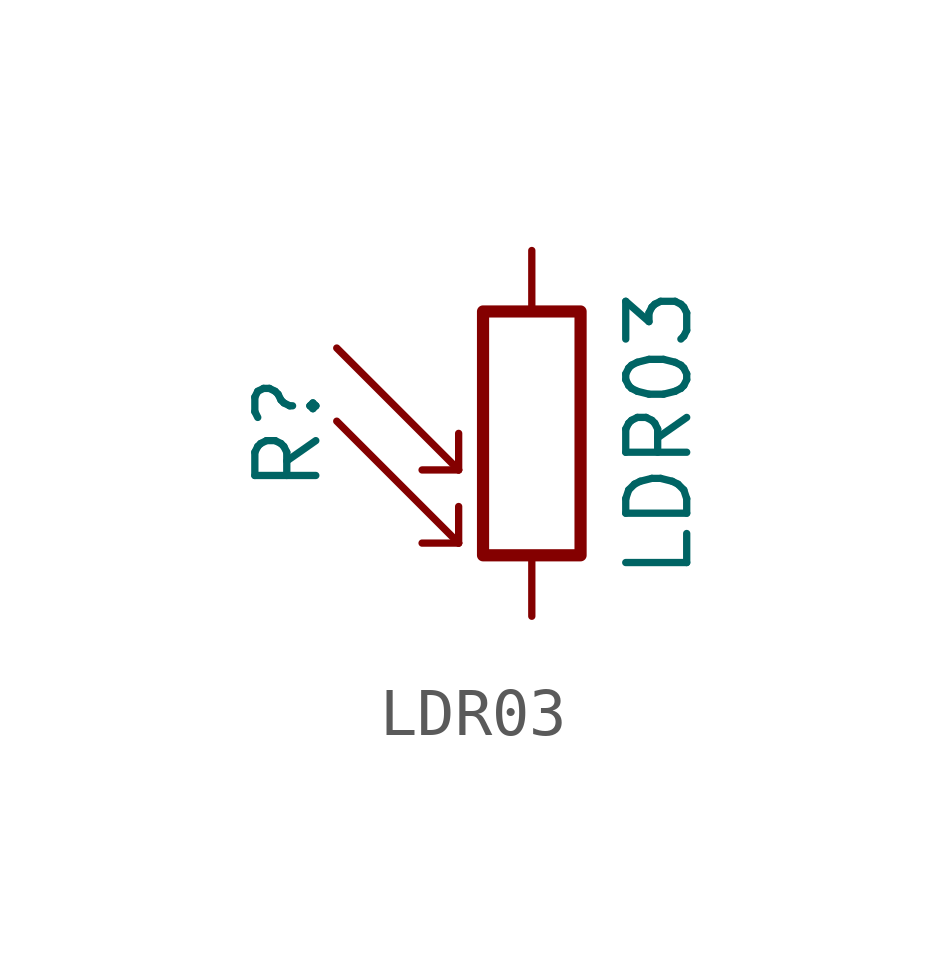
<source format=kicad_sym>
(kicad_symbol_lib
  (version 20201005)
  (generator kicad_symbol_editor)
  (symbol "LDR03"
    (pin_numbers hide)
    (pin_names
      (offset 0))
    (property "Reference" "R"
      (at -5.08 0 90)
      (effects (font (size 1.27 1.27))))
    (property "Value" "LDR03"
      (at 1.905 0 90)
      (effects (font (size 1.27 1.27)) (justify top)))
    (symbol "LDR03_0_1"
      (rectangle (start -1.016 2.54) (end 1.016 -2.54) (stroke (width 0.254)) (fill (type none)))
      (polyline (pts (xy -1.524 -2.286) (xy -4.064 0.254)) (stroke (width 0)) (fill (type none)))
      (polyline (pts (xy -1.524 -2.286) (xy -2.286 -2.286)) (stroke (width 0)) (fill (type none)))
      (polyline (pts (xy -1.524 -2.286) (xy -1.524 -1.524)) (stroke (width 0)) (fill (type none)))
      (polyline (pts (xy -1.524 -0.762) (xy -4.064 1.778)) (stroke (width 0)) (fill (type none)))
      (polyline (pts (xy -1.524 -0.762) (xy -2.286 -0.762)) (stroke (width 0)) (fill (type none)))
      (polyline (pts (xy -1.524 -0.762) (xy -1.524 0)) (stroke (width 0)) (fill (type none))))
    (symbol "LDR03_1_1"
      (pin passive line (at 0 3.81 270) (length 1.27) (name "~" (effects (font (size 1.27 1.27)))) (number "1" (effects (font (size 1.27 1.27)))))
      (pin passive line (at 0 -3.81 90) (length 1.27) (name "~" (effects (font (size 1.27 1.27)))) (number "2" (effects (font (size 1.27 1.27))))))))
</source>
